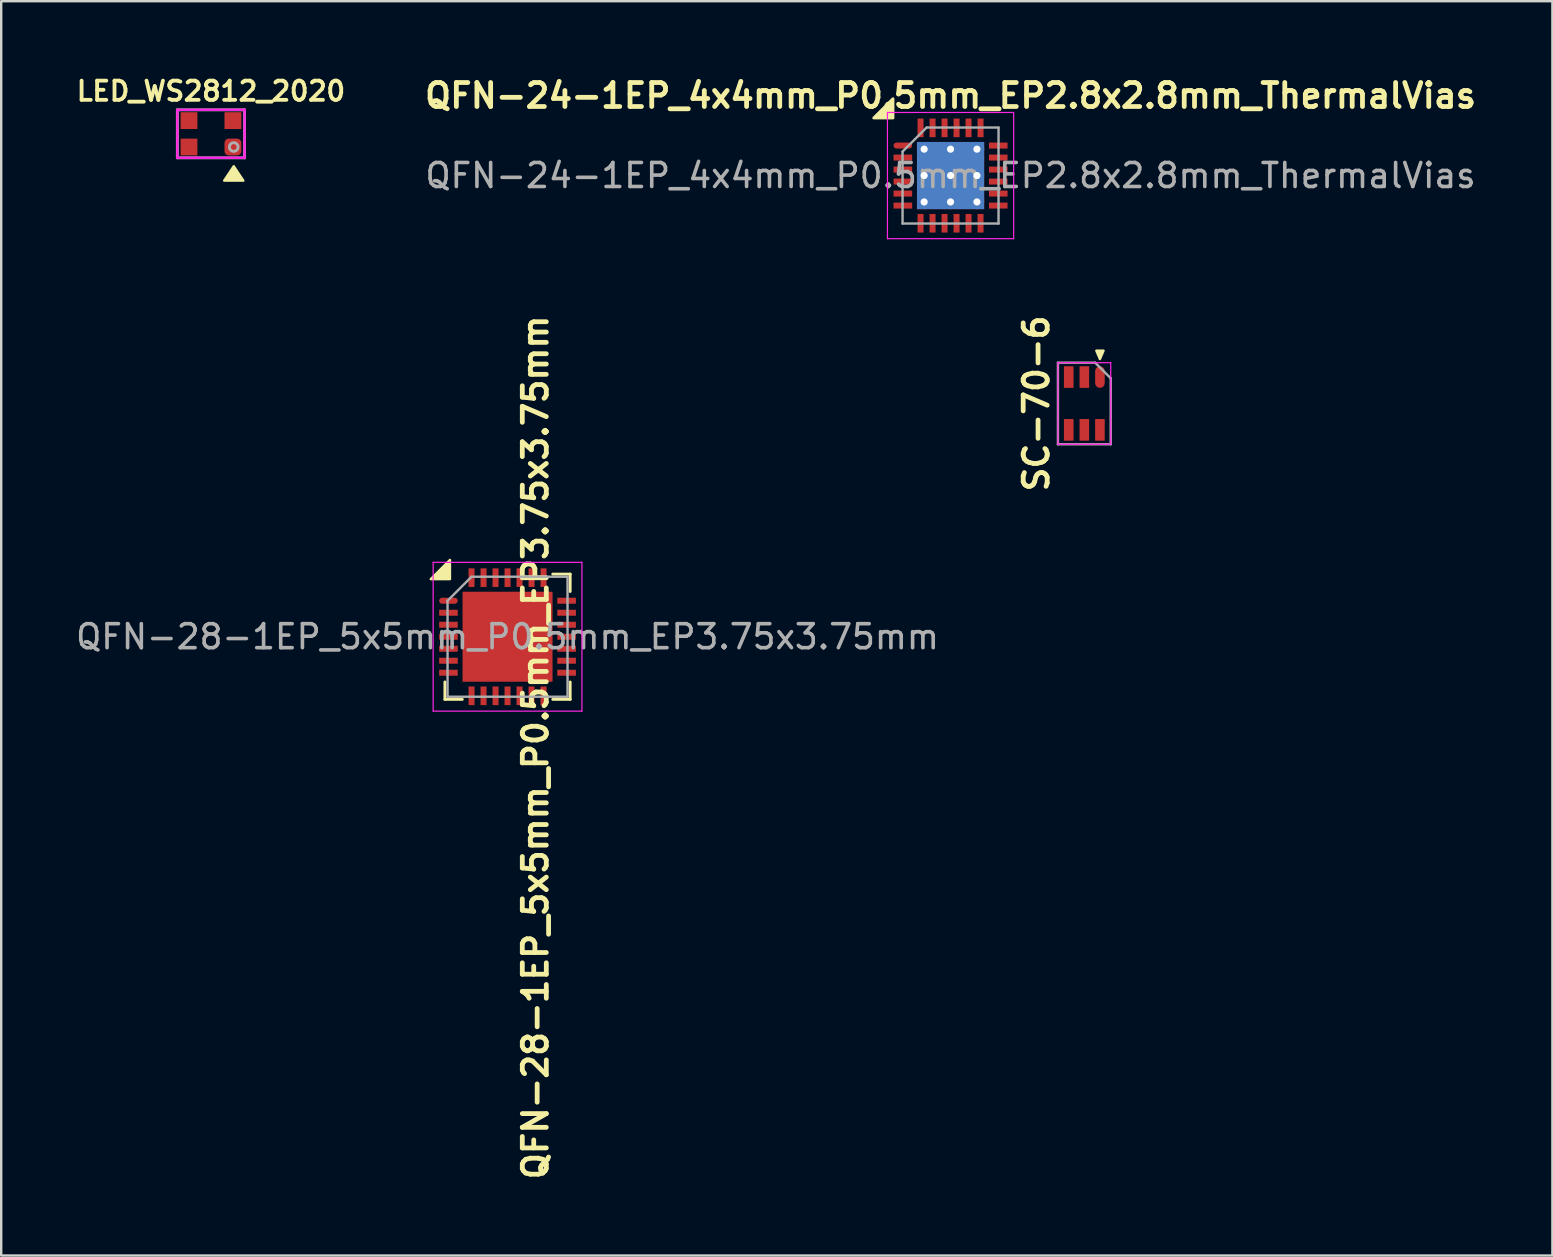
<source format=kicad_pcb>
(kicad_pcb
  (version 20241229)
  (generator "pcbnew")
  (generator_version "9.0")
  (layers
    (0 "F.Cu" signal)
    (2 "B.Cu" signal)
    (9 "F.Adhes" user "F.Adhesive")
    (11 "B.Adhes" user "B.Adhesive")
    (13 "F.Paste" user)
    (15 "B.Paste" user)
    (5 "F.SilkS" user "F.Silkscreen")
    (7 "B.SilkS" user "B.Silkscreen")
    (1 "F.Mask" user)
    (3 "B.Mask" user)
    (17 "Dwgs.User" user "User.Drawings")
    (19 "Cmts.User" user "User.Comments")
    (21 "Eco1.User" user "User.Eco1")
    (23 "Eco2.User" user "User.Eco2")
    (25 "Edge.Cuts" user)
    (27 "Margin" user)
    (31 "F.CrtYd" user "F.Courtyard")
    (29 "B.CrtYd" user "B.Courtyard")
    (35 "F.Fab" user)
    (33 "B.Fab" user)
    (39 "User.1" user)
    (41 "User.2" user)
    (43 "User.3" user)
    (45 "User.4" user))
  (footprint "QFN-28-1EP_5x5mm_P0.5mm_EP3.75x3.75mm"
    (layer "F.Cu")
    (at 18.101 23.485)
    (property "Reference" "QFN-28-1EP_5x5mm_P0.5mm_EP3.75x3.75mm" (at 1.163 4.612 270) (layer "F.SilkS") (effects (font (size 1 1) (thickness 0.2) (bold yes))))
    (attr smd)
    (fp_line (start -2.61 2.61) (end -2.61 1.885) (stroke (width 0.12) (type solid)) (layer "F.SilkS"))
    (fp_line (start -1.885 2.61) (end -2.61 2.61) (stroke (width 0.12) (type solid)) (layer "F.SilkS"))
    (fp_line (start 1.885 -2.61) (end 2.61 -2.61) (stroke (width 0.12) (type solid)) (layer "F.SilkS"))
    (fp_line (start 1.885 2.61) (end 2.61 2.61) (stroke (width 0.12) (type solid)) (layer "F.SilkS"))
    (fp_line (start 2.61 -2.61) (end 2.61 -1.885) (stroke (width 0.12) (type solid)) (layer "F.SilkS"))
    (fp_line (start 2.61 2.61) (end 2.61 1.885) (stroke (width 0.12) (type solid)) (layer "F.SilkS"))
    (fp_poly (pts (xy -3.2 -2.4) (xy -2.4 -2.4) (xy -2.4 -3.2)) (stroke (width 0.1) (type solid)) (fill yes) (layer "F.SilkS"))
    (fp_line (start -3.1 -3.1) (end -3.1 3.1) (stroke (width 0.05) (type solid)) (layer "F.CrtYd"))
    (fp_line (start -3.1 3.1) (end 3.1 3.1) (stroke (width 0.05) (type solid)) (layer "F.CrtYd"))
    (fp_line (start 3.1 -3.1) (end -3.1 -3.1) (stroke (width 0.05) (type solid)) (layer "F.CrtYd"))
    (fp_line (start 3.1 3.1) (end 3.1 -3.1) (stroke (width 0.05) (type solid)) (layer "F.CrtYd"))
    (fp_line (start -2.5 -1.5) (end -1.5 -2.5) (stroke (width 0.1) (type solid)) (layer "F.Fab"))
    (fp_line (start -2.5 2.5) (end -2.5 -1.5) (stroke (width 0.1) (type solid)) (layer "F.Fab"))
    (fp_line (start -1.5 -2.5) (end 2.5 -2.5) (stroke (width 0.1) (type solid)) (layer "F.Fab"))
    (fp_line (start 2.5 -2.5) (end 2.5 2.5) (stroke (width 0.1) (type solid)) (layer "F.Fab"))
    (fp_line (start 2.5 2.5) (end -2.5 2.5) (stroke (width 0.1) (type solid)) (layer "F.Fab"))
    (fp_text user "${REFERENCE}" (at 0 0 0) (layer "F.Fab") (effects (font (size 1 1) (thickness 0.15))))
    (pad "" smd roundrect (at -1.25 -1.25) (size 1.01 1.01) (layers "F.Paste") (roundrect_rratio 0.248))
    (pad "" smd roundrect (at -1.25 0) (size 1.01 1.01) (layers "F.Paste") (roundrect_rratio 0.248))
    (pad "" smd roundrect (at -1.25 1.25) (size 1.01 1.01) (layers "F.Paste") (roundrect_rratio 0.248))
    (pad "" smd roundrect (at 0 -1.25) (size 1.01 1.01) (layers "F.Paste") (roundrect_rratio 0.248))
    (pad "" smd roundrect (at 0 0) (size 1.01 1.01) (layers "F.Paste") (roundrect_rratio 0.248))
    (pad "" smd roundrect (at 0 1.25) (size 1.01 1.01) (layers "F.Paste") (roundrect_rratio 0.248))
    (pad "" smd roundrect (at 1.25 -1.25) (size 1.01 1.01) (layers "F.Paste") (roundrect_rratio 0.248))
    (pad "" smd roundrect (at 1.25 0) (size 1.01 1.01) (layers "F.Paste") (roundrect_rratio 0.248))
    (pad "" smd roundrect (at 1.25 1.25) (size 1.01 1.01) (layers "F.Paste") (roundrect_rratio 0.248))
    (pad "1" smd roundrect (at -2.462 -1.5) (size 0.775 0.25) (layers "F.Cu" "F.Mask" "F.Paste") (roundrect_rratio 0.5))
    (pad "2" smd rect (at -2.462 -1) (size 0.775 0.25) (layers "F.Cu" "F.Mask" "F.Paste"))
    (pad "3" smd rect (at -2.462 -0.5) (size 0.775 0.25) (layers "F.Cu" "F.Mask" "F.Paste"))
    (pad "4" smd rect (at -2.462 0) (size 0.775 0.25) (layers "F.Cu" "F.Mask" "F.Paste"))
    (pad "5" smd rect (at -2.462 0.5) (size 0.775 0.25) (layers "F.Cu" "F.Mask" "F.Paste"))
    (pad "6" smd rect (at -2.462 1) (size 0.775 0.25) (layers "F.Cu" "F.Mask" "F.Paste"))
    (pad "7" smd rect (at -2.462 1.5) (size 0.775 0.25) (layers "F.Cu" "F.Mask" "F.Paste"))
    (pad "8" smd rect (at -1.5 2.462) (size 0.25 0.775) (layers "F.Cu" "F.Mask" "F.Paste"))
    (pad "9" smd rect (at -1 2.462) (size 0.25 0.775) (layers "F.Cu" "F.Mask" "F.Paste"))
    (pad "10" smd rect (at -0.5 2.462) (size 0.25 0.775) (layers "F.Cu" "F.Mask" "F.Paste"))
    (pad "11" smd rect (at 0 2.462) (size 0.25 0.775) (layers "F.Cu" "F.Mask" "F.Paste"))
    (pad "12" smd rect (at 0.5 2.462) (size 0.25 0.775) (layers "F.Cu" "F.Mask" "F.Paste"))
    (pad "13" smd rect (at 1 2.462) (size 0.25 0.775) (layers "F.Cu" "F.Mask" "F.Paste"))
    (pad "14" smd rect (at 1.5 2.462) (size 0.25 0.775) (layers "F.Cu" "F.Mask" "F.Paste"))
    (pad "15" smd rect (at 2.462 1.5) (size 0.775 0.25) (layers "F.Cu" "F.Mask" "F.Paste"))
    (pad "16" smd rect (at 2.462 1) (size 0.775 0.25) (layers "F.Cu" "F.Mask" "F.Paste"))
    (pad "17" smd rect (at 2.462 0.5) (size 0.775 0.25) (layers "F.Cu" "F.Mask" "F.Paste"))
    (pad "18" smd rect (at 2.462 0) (size 0.775 0.25) (layers "F.Cu" "F.Mask" "F.Paste"))
    (pad "19" smd rect (at 2.462 -0.5) (size 0.775 0.25) (layers "F.Cu" "F.Mask" "F.Paste"))
    (pad "20" smd rect (at 2.462 -1) (size 0.775 0.25) (layers "F.Cu" "F.Mask" "F.Paste"))
    (pad "21" smd rect (at 2.462 -1.5) (size 0.775 0.25) (layers "F.Cu" "F.Mask" "F.Paste"))
    (pad "22" smd rect (at 1.5 -2.462) (size 0.25 0.775) (layers "F.Cu" "F.Mask" "F.Paste"))
    (pad "23" smd rect (at 1 -2.462) (size 0.25 0.775) (layers "F.Cu" "F.Mask" "F.Paste"))
    (pad "24" smd rect (at 0.5 -2.462) (size 0.25 0.775) (layers "F.Cu" "F.Mask" "F.Paste"))
    (pad "25" smd rect (at 0 -2.462) (size 0.25 0.775) (layers "F.Cu" "F.Mask" "F.Paste"))
    (pad "26" smd rect (at -0.5 -2.462) (size 0.25 0.775) (layers "F.Cu" "F.Mask" "F.Paste"))
    (pad "27" smd rect (at -1 -2.462) (size 0.25 0.775) (layers "F.Cu" "F.Mask" "F.Paste"))
    (pad "28" smd rect (at -1.5 -2.462) (size 0.25 0.775) (layers "F.Cu" "F.Mask" "F.Paste"))
    (pad "29" smd rect (at 0 0) (size 3.75 3.75) (layers "F.Cu" "F.Mask")))
  (footprint "QFN-24-1EP_4x4mm_P0.5mm_EP2.8x2.8mm_ThermalVias"
    (layer "F.Cu")
    (at 36.563 4.266)
    (property "Reference" "QFN-24-1EP_4x4mm_P0.5mm_EP2.8x2.8mm_ThermalVias" (at 0 -3.33 0) (layer "F.SilkS") (effects (font (size 1 1) (thickness 0.2) (bold yes))))
    (attr smd)
    (fp_poly (pts (xy -2.4 -2.4) (xy -3.2 -2.4) (xy -2.4 -3.2)) (stroke (width 0.12) (type solid)) (fill yes) (layer "F.SilkS"))
    (fp_line (start -2.63 -2.63) (end -2.63 2.63) (stroke (width 0.05) (type solid)) (layer "F.CrtYd"))
    (fp_line (start -2.63 2.63) (end 2.63 2.63) (stroke (width 0.05) (type solid)) (layer "F.CrtYd"))
    (fp_line (start 2.63 -2.63) (end -2.63 -2.63) (stroke (width 0.05) (type solid)) (layer "F.CrtYd"))
    (fp_line (start 2.63 2.63) (end 2.63 -2.63) (stroke (width 0.05) (type solid)) (layer "F.CrtYd"))
    (fp_line (start -2 -1) (end -1 -2) (stroke (width 0.1) (type solid)) (layer "F.Fab"))
    (fp_line (start -2 2) (end -2 -1) (stroke (width 0.1) (type solid)) (layer "F.Fab"))
    (fp_line (start -1 -2) (end 2 -2) (stroke (width 0.1) (type solid)) (layer "F.Fab"))
    (fp_line (start 2 -2) (end 2 2) (stroke (width 0.1) (type solid)) (layer "F.Fab"))
    (fp_line (start 2 2) (end -2 2) (stroke (width 0.1) (type solid)) (layer "F.Fab"))
    (fp_text user "${REFERENCE}" (at 0 0 0) (layer "F.Fab") (effects (font (size 1 1) (thickness 0.15))))
    (pad "" smd roundrect (at -0.7 -0.7) (size 1.21 1.21) (layers "F.Paste") (roundrect_rratio 0.207))
    (pad "" smd roundrect (at -0.7 0.7) (size 1.21 1.21) (layers "F.Paste") (roundrect_rratio 0.207))
    (pad "" smd roundrect (at 0.7 -0.7) (size 1.21 1.21) (layers "F.Paste") (roundrect_rratio 0.207))
    (pad "" smd roundrect (at 0.7 0.7) (size 1.21 1.21) (layers "F.Paste") (roundrect_rratio 0.207))
    (pad "1" smd roundrect (at -1.988 -1.25) (size 0.775 0.25) (layers "F.Cu" "F.Mask" "F.Paste") (roundrect_rratio 0.5))
    (pad "2" smd rect (at -1.988 -0.75) (size 0.775 0.25) (layers "F.Cu" "F.Mask" "F.Paste"))
    (pad "3" smd rect (at -1.988 -0.25) (size 0.775 0.25) (layers "F.Cu" "F.Mask" "F.Paste"))
    (pad "4" smd rect (at -1.988 0.25) (size 0.775 0.25) (layers "F.Cu" "F.Mask" "F.Paste"))
    (pad "5" smd rect (at -1.988 0.75) (size 0.775 0.25) (layers "F.Cu" "F.Mask" "F.Paste"))
    (pad "6" smd rect (at -1.988 1.25) (size 0.775 0.25) (layers "F.Cu" "F.Mask" "F.Paste"))
    (pad "7" smd rect (at -1.25 1.988) (size 0.25 0.775) (layers "F.Cu" "F.Mask" "F.Paste"))
    (pad "8" smd rect (at -0.75 1.988) (size 0.25 0.775) (layers "F.Cu" "F.Mask" "F.Paste"))
    (pad "9" smd rect (at -0.25 1.988) (size 0.25 0.775) (layers "F.Cu" "F.Mask" "F.Paste"))
    (pad "10" smd rect (at 0.25 1.988) (size 0.25 0.775) (layers "F.Cu" "F.Mask" "F.Paste"))
    (pad "11" smd rect (at 0.75 1.988) (size 0.25 0.775) (layers "F.Cu" "F.Mask" "F.Paste"))
    (pad "12" smd rect (at 1.25 1.988) (size 0.25 0.775) (layers "F.Cu" "F.Mask" "F.Paste"))
    (pad "13" smd rect (at 1.988 1.25) (size 0.775 0.25) (layers "F.Cu" "F.Mask" "F.Paste"))
    (pad "14" smd rect (at 1.988 0.75) (size 0.775 0.25) (layers "F.Cu" "F.Mask" "F.Paste"))
    (pad "15" smd rect (at 1.988 0.25) (size 0.775 0.25) (layers "F.Cu" "F.Mask" "F.Paste"))
    (pad "16" smd rect (at 1.988 -0.25) (size 0.775 0.25) (layers "F.Cu" "F.Mask" "F.Paste"))
    (pad "17" smd rect (at 1.988 -0.75) (size 0.775 0.25) (layers "F.Cu" "F.Mask" "F.Paste"))
    (pad "18" smd rect (at 1.988 -1.25) (size 0.775 0.25) (layers "F.Cu" "F.Mask" "F.Paste"))
    (pad "19" smd rect (at 1.25 -1.988) (size 0.25 0.775) (layers "F.Cu" "F.Mask" "F.Paste"))
    (pad "20" smd rect (at 0.75 -1.988) (size 0.25 0.775) (layers "F.Cu" "F.Mask" "F.Paste"))
    (pad "21" smd rect (at 0.25 -1.988) (size 0.25 0.775) (layers "F.Cu" "F.Mask" "F.Paste"))
    (pad "22" smd rect (at -0.25 -1.988) (size 0.25 0.775) (layers "F.Cu" "F.Mask" "F.Paste"))
    (pad "23" smd rect (at -0.75 -1.988) (size 0.25 0.775) (layers "F.Cu" "F.Mask" "F.Paste"))
    (pad "24" smd rect (at -1.25 -1.988) (size 0.25 0.775) (layers "F.Cu" "F.Mask" "F.Paste"))
    (pad "25" thru_hole circle (at -1.1 -1.1) (size 0.6 0.6) (drill 0.3) (property pad_prop_heatsink) (layers "*.Cu"))
    (pad "25" thru_hole circle (at -1.1 0) (size 0.6 0.6) (drill 0.3) (property pad_prop_heatsink) (layers "*.Cu"))
    (pad "25" thru_hole circle (at -1.1 1.1) (size 0.6 0.6) (drill 0.3) (property pad_prop_heatsink) (layers "*.Cu"))
    (pad "25" thru_hole circle (at 0 -1.1) (size 0.6 0.6) (drill 0.3) (property pad_prop_heatsink) (layers "*.Cu"))
    (pad "25" thru_hole circle (at 0 0) (size 0.6 0.6) (drill 0.3) (property pad_prop_heatsink) (layers "*.Cu"))
    (pad "25" smd rect (at 0 0) (size 2.8 2.8) (property pad_prop_heatsink) (layers "F.Cu" "F.Mask"))
    (pad "25" smd rect (at 0 0) (size 2.8 2.8) (property pad_prop_heatsink) (layers "B.Cu"))
    (pad "25" thru_hole circle (at 0 1.1) (size 0.6 0.6) (drill 0.3) (property pad_prop_heatsink) (layers "*.Cu"))
    (pad "25" thru_hole circle (at 1.1 -1.1) (size 0.6 0.6) (drill 0.3) (property pad_prop_heatsink) (layers "*.Cu"))
    (pad "25" thru_hole circle (at 1.1 0) (size 0.6 0.6) (drill 0.3) (property pad_prop_heatsink) (layers "*.Cu"))
    (pad "25" thru_hole circle (at 1.1 1.1) (size 0.6 0.6) (drill 0.3) (property pad_prop_heatsink) (layers "*.Cu")))
  (footprint "LED_WS2812_2020"
    (layer "F.Cu")
    (at 5.741 2.527)
    (property "Reference" "LED_WS2812_2020" (at 0 -1.778 0) (layer "F.SilkS") (effects (font (size 0.8 0.8) (thickness 0.16))))
    (attr smd)
    (fp_poly (pts (xy 0.55 1.95) (xy 0.95 1.35) (xy 1.35 1.95)) (stroke (width 0.1) (type solid)) (fill yes) (layer "F.SilkS"))
    (fp_line (start -1.4 -1) (end -1.4 1) (stroke (width 0.1) (type solid)) (layer "F.CrtYd"))
    (fp_line (start -1.4 1) (end 1.4 1) (stroke (width 0.1) (type solid)) (layer "F.CrtYd"))
    (fp_line (start 1.4 -1) (end -1.4 -1) (stroke (width 0.1) (type solid)) (layer "F.CrtYd"))
    (fp_line (start 1.4 1) (end 1.4 -1) (stroke (width 0.1) (type solid)) (layer "F.CrtYd"))
    (fp_line (start -1.4 -1) (end 1.4 -1) (stroke (width 0.12) (type solid)) (layer "F.Fab"))
    (fp_line (start -1.4 1) (end -1.4 -1) (stroke (width 0.12) (type solid)) (layer "F.Fab"))
    (fp_line (start 1.4 -1) (end 1.4 1) (stroke (width 0.12) (type solid)) (layer "F.Fab"))
    (fp_line (start 1.4 1) (end -1.4 1) (stroke (width 0.12) (type solid)) (layer "F.Fab"))
    (fp_circle (center 0.95 0.55) (end 1.1 0.65) (stroke (width 0.12) (type solid)) (fill no) (layer "F.Fab"))
    (pad "1" smd roundrect (at 0.915 0.55) (size 0.7 0.7) (layers "F.Cu" "F.Mask" "F.Paste") (roundrect_rratio 0.25))
    (pad "2" smd rect (at 0.915 -0.55) (size 0.7 0.7) (layers "F.Cu" "F.Mask" "F.Paste"))
    (pad "3" smd rect (at -0.915 -0.55) (size 0.7 0.7) (layers "F.Cu" "F.Mask" "F.Paste"))
    (pad "4" smd rect (at -0.915 0.55) (size 0.7 0.7) (layers "F.Cu" "F.Mask" "F.Paste")))
  (footprint "SC-70-6"
    (layer "F.Cu")
    (at 42.138 13.764)
    (property "Reference" "SC-70-6" (at -2 0 270) (layer "F.SilkS") (effects (font (size 1 1) (thickness 0.2))))
    (attr smd)
    (fp_poly (pts (xy 0.5 -2.2) (xy 0.65 -1.85) (xy 0.8 -2.2)) (stroke (width 0.1) (type solid)) (fill yes) (layer "F.SilkS"))
    (fp_line (start -1.1 -1.7) (end -1.1 1.7) (stroke (width 0.05) (type solid)) (layer "F.CrtYd"))
    (fp_line (start -1.1 1.7) (end 1.1 1.7) (stroke (width 0.05) (type solid)) (layer "F.CrtYd"))
    (fp_line (start 1.1 -1.7) (end -1.1 -1.7) (stroke (width 0.05) (type solid)) (layer "F.CrtYd"))
    (fp_line (start 1.1 1.7) (end 1.1 -1.7) (stroke (width 0.05) (type solid)) (layer "F.CrtYd"))
    (fp_line (start -1.1 -1.7) (end -1.1 1.7) (stroke (width 0.1) (type solid)) (layer "F.Fab"))
    (fp_line (start 0.45 -1.7) (end -1.1 -1.7) (stroke (width 0.1) (type solid)) (layer "F.Fab"))
    (fp_line (start 1.1 -1.05) (end 0.45 -1.7) (stroke (width 0.1) (type solid)) (layer "F.Fab"))
    (fp_line (start 1.1 -1.05) (end 1.1 1.7) (stroke (width 0.1) (type solid)) (layer "F.Fab"))
    (fp_line (start 1.1 1.7) (end -1.1 1.7) (stroke (width 0.1) (type solid)) (layer "F.Fab"))
    (pad "1" smd roundrect (at 0.65 -1.1 270) (size 0.9 0.4) (layers "F.Cu" "F.Mask" "F.Paste") (roundrect_rratio 0.5))
    (pad "2" smd rect (at 0 -1.1 270) (size 0.9 0.4) (layers "F.Cu" "F.Mask" "F.Paste"))
    (pad "3" smd rect (at -0.65 -1.1 270) (size 0.9 0.4) (layers "F.Cu" "F.Mask" "F.Paste"))
    (pad "4" smd rect (at -0.65 1.1 270) (size 0.9 0.4) (layers "F.Cu" "F.Mask" "F.Paste"))
    (pad "5" smd rect (at 0 1.1 270) (size 0.9 0.4) (layers "F.Cu" "F.Mask" "F.Paste"))
    (pad "6" smd rect (at 0.65 1.1 270) (size 0.9 0.4) (layers "F.Cu" "F.Mask" "F.Paste")))
  (gr_rect
    (start -3 -3)
    (end 61.644 49.273)
    (stroke (width 0.1) (type default))
    (fill no)
    (layer "Edge.Cuts")))
</source>
